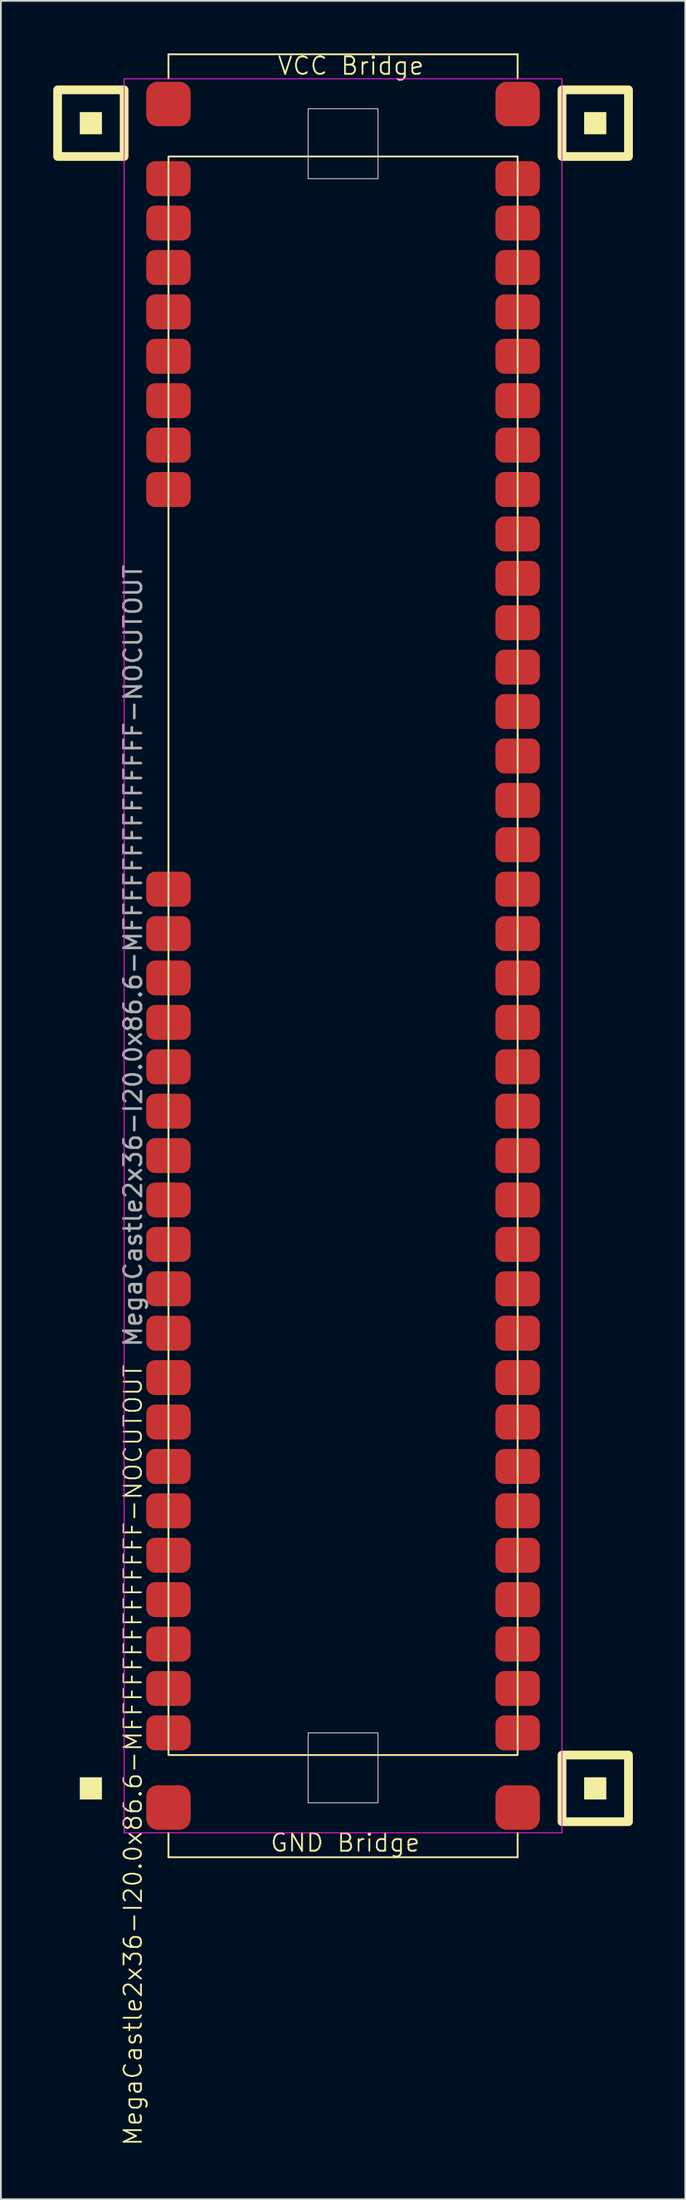
<source format=kicad_pcb>
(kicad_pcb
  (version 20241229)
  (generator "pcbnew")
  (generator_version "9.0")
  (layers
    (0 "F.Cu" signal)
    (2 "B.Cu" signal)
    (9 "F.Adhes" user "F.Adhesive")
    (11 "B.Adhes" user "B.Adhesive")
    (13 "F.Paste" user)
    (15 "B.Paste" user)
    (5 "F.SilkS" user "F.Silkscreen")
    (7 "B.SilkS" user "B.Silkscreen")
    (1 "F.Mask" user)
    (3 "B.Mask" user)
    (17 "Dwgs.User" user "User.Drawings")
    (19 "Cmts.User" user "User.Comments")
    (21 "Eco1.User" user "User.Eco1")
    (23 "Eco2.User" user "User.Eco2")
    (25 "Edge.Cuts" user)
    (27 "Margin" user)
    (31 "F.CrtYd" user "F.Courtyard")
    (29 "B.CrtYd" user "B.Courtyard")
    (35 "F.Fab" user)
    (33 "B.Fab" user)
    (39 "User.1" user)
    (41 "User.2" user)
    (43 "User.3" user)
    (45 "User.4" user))
  (footprint "MegaCastle2x36-I20.0x86.6-MFFFFFFFFFFFFFF-NOCUTOUT"
    (layer "F.Cu")
    (at 16.6 51.62)
    (property "Reference" "MegaCastle2x36-I20.0x86.6-MFFFFFFFFFFFFFF-NOCUTOUT" (at -12.032 45.72 90) (unlocked yes) (layer "F.SilkS") (effects (font (size 1 1) (thickness 0.1))))
    (attr smd)
    (fp_line (start -10 -51.565) (end 10 -51.565) (stroke (width 0.1) (type default)) (layer "F.SilkS"))
    (fp_line (start -10 -50.165) (end -10 -51.565) (stroke (width 0.1) (type default)) (layer "F.SilkS"))
    (fp_line (start -10 50.165) (end -10 51.565) (stroke (width 0.1) (type default)) (layer "F.SilkS"))
    (fp_line (start -10 51.565) (end 10 51.565) (stroke (width 0.1) (type default)) (layer "F.SilkS"))
    (fp_line (start 10 -50.165) (end 10 -51.565) (stroke (width 0.1) (type default)) (layer "F.SilkS"))
    (fp_line (start 10 50.165) (end 10 51.565) (stroke (width 0.1) (type default)) (layer "F.SilkS"))
    (fp_rect (start -13.81 -46.99) (end -15.08 -48.26) (stroke (width 0) (type solid)) (fill yes) (layer "F.SilkS"))
    (fp_rect (start -13.81 48.26) (end -15.08 46.99) (stroke (width 0) (type solid)) (fill yes) (layer "F.SilkS"))
    (fp_rect (start -12.54 -45.72) (end -16.35 -49.53) (stroke (width 0.5) (type default)) (fill no) (layer "F.SilkS"))
    (fp_rect (start -10 -45.72) (end 10 45.72) (stroke (width 0.1) (type default)) (fill no) (layer "F.SilkS"))
    (fp_rect (start 15.08 -46.99) (end 13.81 -48.26) (stroke (width 0) (type solid)) (fill yes) (layer "F.SilkS"))
    (fp_rect (start 15.08 48.26) (end 13.81 46.99) (stroke (width 0) (type solid)) (fill yes) (layer "F.SilkS"))
    (fp_rect (start 16.35 -45.72) (end 12.54 -49.53) (stroke (width 0.5) (type default)) (fill no) (layer "F.SilkS"))
    (fp_rect (start 16.35 49.53) (end 12.54 45.72) (stroke (width 0.5) (type default)) (fill no) (layer "F.SilkS"))
    (fp_rect (start -2 -44.45) (end 2 -48.45) (stroke (width 0.05) (type default)) (fill no) (layer "Edge.Cuts"))
    (fp_rect (start -2 44.45) (end 2 48.45) (stroke (width 0.05) (type default)) (fill no) (layer "Edge.Cuts"))
    (fp_line (start -12.54 -50.165) (end -12.54 50.165) (stroke (width 0.05) (type default)) (layer "F.CrtYd"))
    (fp_line (start -12.54 50.165) (end 12.54 50.165) (stroke (width 0.05) (type default)) (layer "F.CrtYd"))
    (fp_line (start 12.54 -50.165) (end -12.54 -50.165) (stroke (width 0.05) (type default)) (layer "F.CrtYd"))
    (fp_line (start 12.54 -50.165) (end 12.54 50.165) (stroke (width 0.05) (type default)) (layer "F.CrtYd"))
    (fp_text user "GND Bridge" (at -4.226 51.32 0) (unlocked yes) (layer "F.SilkS") (effects (font (size 1 1) (thickness 0.1)) (justify left bottom)))
    (fp_text user "VCC Bridge" (at -3.81 -50.32 0) (unlocked yes) (layer "F.SilkS") (effects (font (size 1 1) (thickness 0.1)) (justify left bottom)))
    (fp_text user "${REFERENCE}" (at -12.032 0 90) (unlocked yes) (layer "F.Fab") (effects (font (size 1 1) (thickness 0.15))))
    (pad "1" smd roundrect (at -10 -44.45) (size 2.54 2) (layers "F.Cu" "F.Mask" "F.Paste") (roundrect_rratio 0.25))
    (pad "2" smd roundrect (at -10 -41.91) (size 2.54 2) (layers "F.Cu" "F.Mask" "F.Paste") (roundrect_rratio 0.25))
    (pad "3" smd roundrect (at -10 -39.37) (size 2.54 2) (layers "F.Cu" "F.Mask" "F.Paste") (roundrect_rratio 0.25))
    (pad "4" smd roundrect (at -10 -36.83) (size 2.54 2) (layers "F.Cu" "F.Mask" "F.Paste") (roundrect_rratio 0.25))
    (pad "5" smd roundrect (at -10 -34.29) (size 2.54 2) (layers "F.Cu" "F.Mask" "F.Paste") (roundrect_rratio 0.25))
    (pad "6" smd roundrect (at -10 -31.75) (size 2.54 2) (layers "F.Cu" "F.Mask" "F.Paste") (roundrect_rratio 0.25))
    (pad "7" smd roundrect (at -10 -29.21) (size 2.54 2) (layers "F.Cu" "F.Mask" "F.Paste") (roundrect_rratio 0.25))
    (pad "8" smd roundrect (at -10 -26.67) (size 2.54 2) (layers "F.Cu" "F.Mask" "F.Paste") (roundrect_rratio 0.25))
    (pad "17" smd roundrect (at -10 -3.81) (size 2.54 2) (layers "F.Cu" "F.Mask" "F.Paste") (roundrect_rratio 0.25))
    (pad "18" smd roundrect (at -10 -1.27) (size 2.54 2) (layers "F.Cu" "F.Mask" "F.Paste") (roundrect_rratio 0.25))
    (pad "19" smd roundrect (at -10 1.27) (size 2.54 2) (layers "F.Cu" "F.Mask" "F.Paste") (roundrect_rratio 0.25))
    (pad "20" smd roundrect (at -10 3.81) (size 2.54 2) (layers "F.Cu" "F.Mask" "F.Paste") (roundrect_rratio 0.25))
    (pad "21" smd roundrect (at -10 6.35) (size 2.54 2) (layers "F.Cu" "F.Mask" "F.Paste") (roundrect_rratio 0.25))
    (pad "22" smd roundrect (at -10 8.89) (size 2.54 2) (layers "F.Cu" "F.Mask" "F.Paste") (roundrect_rratio 0.25))
    (pad "23" smd roundrect (at -10 11.43) (size 2.54 2) (layers "F.Cu" "F.Mask" "F.Paste") (roundrect_rratio 0.25))
    (pad "24" smd roundrect (at -10 13.97) (size 2.54 2) (layers "F.Cu" "F.Mask" "F.Paste") (roundrect_rratio 0.25))
    (pad "25" smd roundrect (at -10 16.51) (size 2.54 2) (layers "F.Cu" "F.Mask" "F.Paste") (roundrect_rratio 0.25))
    (pad "26" smd roundrect (at -10 19.05) (size 2.54 2) (layers "F.Cu" "F.Mask" "F.Paste") (roundrect_rratio 0.25))
    (pad "27" smd roundrect (at -10 21.59) (size 2.54 2) (layers "F.Cu" "F.Mask" "F.Paste") (roundrect_rratio 0.25))
    (pad "28" smd roundrect (at -10 24.13) (size 2.54 2) (layers "F.Cu" "F.Mask" "F.Paste") (roundrect_rratio 0.25))
    (pad "29" smd roundrect (at -10 26.67) (size 2.54 2) (layers "F.Cu" "F.Mask" "F.Paste") (roundrect_rratio 0.25))
    (pad "30" smd roundrect (at -10 29.21) (size 2.54 2) (layers "F.Cu" "F.Mask" "F.Paste") (roundrect_rratio 0.25))
    (pad "31" smd roundrect (at -10 31.75) (size 2.54 2) (layers "F.Cu" "F.Mask" "F.Paste") (roundrect_rratio 0.25))
    (pad "32" smd roundrect (at -10 34.29) (size 2.54 2) (layers "F.Cu" "F.Mask" "F.Paste") (roundrect_rratio 0.25))
    (pad "33" smd roundrect (at -10 36.83) (size 2.54 2) (layers "F.Cu" "F.Mask" "F.Paste") (roundrect_rratio 0.25))
    (pad "34" smd roundrect (at -10 39.37) (size 2.54 2) (layers "F.Cu" "F.Mask" "F.Paste") (roundrect_rratio 0.25))
    (pad "35" smd roundrect (at -10 41.91) (size 2.54 2) (layers "F.Cu" "F.Mask" "F.Paste") (roundrect_rratio 0.25))
    (pad "36" smd roundrect (at -10 44.45) (size 2.54 2) (layers "F.Cu" "F.Mask" "F.Paste") (roundrect_rratio 0.25))
    (pad "37" smd roundrect (at 10 -44.45) (size 2.54 2) (layers "F.Cu" "F.Mask" "F.Paste") (roundrect_rratio 0.25))
    (pad "38" smd roundrect (at 10 -41.91) (size 2.54 2) (layers "F.Cu" "F.Mask" "F.Paste") (roundrect_rratio 0.25))
    (pad "39" smd roundrect (at 10 -39.37) (size 2.54 2) (layers "F.Cu" "F.Mask" "F.Paste") (roundrect_rratio 0.25))
    (pad "40" smd roundrect (at 10 -36.83) (size 2.54 2) (layers "F.Cu" "F.Mask" "F.Paste") (roundrect_rratio 0.25))
    (pad "41" smd roundrect (at 10 -34.29) (size 2.54 2) (layers "F.Cu" "F.Mask" "F.Paste") (roundrect_rratio 0.25))
    (pad "42" smd roundrect (at 10 -31.75) (size 2.54 2) (layers "F.Cu" "F.Mask" "F.Paste") (roundrect_rratio 0.25))
    (pad "43" smd roundrect (at 10 -29.21) (size 2.54 2) (layers "F.Cu" "F.Mask" "F.Paste") (roundrect_rratio 0.25))
    (pad "44" smd roundrect (at 10 -26.67) (size 2.54 2) (layers "F.Cu" "F.Mask" "F.Paste") (roundrect_rratio 0.25))
    (pad "45" smd roundrect (at 10 -24.13) (size 2.54 2) (layers "F.Cu" "F.Mask" "F.Paste") (roundrect_rratio 0.25))
    (pad "46" smd roundrect (at 10 -21.59) (size 2.54 2) (layers "F.Cu" "F.Mask" "F.Paste") (roundrect_rratio 0.25))
    (pad "47" smd roundrect (at 10 -19.05) (size 2.54 2) (layers "F.Cu" "F.Mask" "F.Paste") (roundrect_rratio 0.25))
    (pad "48" smd roundrect (at 10 -16.51) (size 2.54 2) (layers "F.Cu" "F.Mask" "F.Paste") (roundrect_rratio 0.25))
    (pad "49" smd roundrect (at 10 -13.97) (size 2.54 2) (layers "F.Cu" "F.Mask" "F.Paste") (roundrect_rratio 0.25))
    (pad "50" smd roundrect (at 10 -11.43) (size 2.54 2) (layers "F.Cu" "F.Mask" "F.Paste") (roundrect_rratio 0.25))
    (pad "51" smd roundrect (at 10 -8.89) (size 2.54 2) (layers "F.Cu" "F.Mask" "F.Paste") (roundrect_rratio 0.25))
    (pad "52" smd roundrect (at 10 -6.35) (size 2.54 2) (layers "F.Cu" "F.Mask" "F.Paste") (roundrect_rratio 0.25))
    (pad "53" smd roundrect (at 10 -3.81) (size 2.54 2) (layers "F.Cu" "F.Mask" "F.Paste") (roundrect_rratio 0.25))
    (pad "54" smd roundrect (at 10 -1.27) (size 2.54 2) (layers "F.Cu" "F.Mask" "F.Paste") (roundrect_rratio 0.25))
    (pad "55" smd roundrect (at 10 1.27) (size 2.54 2) (layers "F.Cu" "F.Mask" "F.Paste") (roundrect_rratio 0.25))
    (pad "56" smd roundrect (at 10 3.81) (size 2.54 2) (layers "F.Cu" "F.Mask" "F.Paste") (roundrect_rratio 0.25))
    (pad "57" smd roundrect (at 10 6.35) (size 2.54 2) (layers "F.Cu" "F.Mask" "F.Paste") (roundrect_rratio 0.25))
    (pad "58" smd roundrect (at 10 8.89) (size 2.54 2) (layers "F.Cu" "F.Mask" "F.Paste") (roundrect_rratio 0.25))
    (pad "59" smd roundrect (at 10 11.43) (size 2.54 2) (layers "F.Cu" "F.Mask" "F.Paste") (roundrect_rratio 0.25))
    (pad "60" smd roundrect (at 10 13.97) (size 2.54 2) (layers "F.Cu" "F.Mask" "F.Paste") (roundrect_rratio 0.25))
    (pad "61" smd roundrect (at 10 16.51) (size 2.54 2) (layers "F.Cu" "F.Mask" "F.Paste") (roundrect_rratio 0.25))
    (pad "62" smd roundrect (at 10 19.05) (size 2.54 2) (layers "F.Cu" "F.Mask" "F.Paste") (roundrect_rratio 0.25))
    (pad "63" smd roundrect (at 10 21.59) (size 2.54 2) (layers "F.Cu" "F.Mask" "F.Paste") (roundrect_rratio 0.25))
    (pad "64" smd roundrect (at 10 24.13) (size 2.54 2) (layers "F.Cu" "F.Mask" "F.Paste") (roundrect_rratio 0.25))
    (pad "65" smd roundrect (at 10 26.67) (size 2.54 2) (layers "F.Cu" "F.Mask" "F.Paste") (roundrect_rratio 0.25))
    (pad "66" smd roundrect (at 10 29.21) (size 2.54 2) (layers "F.Cu" "F.Mask" "F.Paste") (roundrect_rratio 0.25))
    (pad "67" smd roundrect (at 10 31.75) (size 2.54 2) (layers "F.Cu" "F.Mask" "F.Paste") (roundrect_rratio 0.25))
    (pad "68" smd roundrect (at 10 34.29) (size 2.54 2) (layers "F.Cu" "F.Mask" "F.Paste") (roundrect_rratio 0.25))
    (pad "69" smd roundrect (at 10 36.83) (size 2.54 2) (layers "F.Cu" "F.Mask" "F.Paste") (roundrect_rratio 0.25))
    (pad "70" smd roundrect (at 10 39.37) (size 2.54 2) (layers "F.Cu" "F.Mask" "F.Paste") (roundrect_rratio 0.25))
    (pad "71" smd roundrect (at 10 41.91) (size 2.54 2) (layers "F.Cu" "F.Mask" "F.Paste") (roundrect_rratio 0.25))
    (pad "72" smd roundrect (at 10 44.45) (size 2.54 2) (layers "F.Cu" "F.Mask" "F.Paste") (roundrect_rratio 0.25))
    (pad "A1" smd roundrect (at -10 -48.72) (size 2.54 2.54) (layers "F.Cu" "F.Mask" "F.Paste") (roundrect_rratio 0.25))
    (pad "A2" smd roundrect (at 10 -48.72) (size 2.54 2.54) (layers "F.Cu" "F.Mask" "F.Paste") (roundrect_rratio 0.25))
    (pad "B1" smd roundrect (at -10 48.72) (size 2.54 2.54) (layers "F.Cu" "F.Mask" "F.Paste") (roundrect_rratio 0.25))
    (pad "B2" smd roundrect (at 10 48.72) (size 2.54 2.54) (layers "F.Cu" "F.Mask" "F.Paste") (roundrect_rratio 0.25)))
  (gr_rect
    (start -3 -3)
    (end 36.2 122.747)
    (stroke (width 0.1) (type default))
    (fill no)
    (layer "Edge.Cuts")))
</source>
